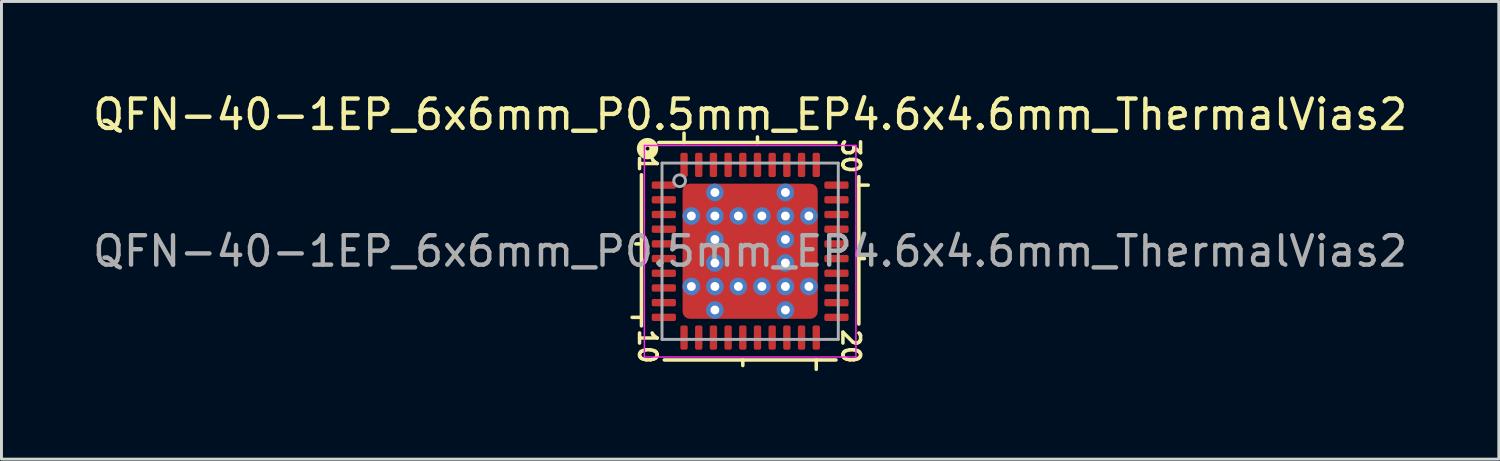
<source format=kicad_pcb>
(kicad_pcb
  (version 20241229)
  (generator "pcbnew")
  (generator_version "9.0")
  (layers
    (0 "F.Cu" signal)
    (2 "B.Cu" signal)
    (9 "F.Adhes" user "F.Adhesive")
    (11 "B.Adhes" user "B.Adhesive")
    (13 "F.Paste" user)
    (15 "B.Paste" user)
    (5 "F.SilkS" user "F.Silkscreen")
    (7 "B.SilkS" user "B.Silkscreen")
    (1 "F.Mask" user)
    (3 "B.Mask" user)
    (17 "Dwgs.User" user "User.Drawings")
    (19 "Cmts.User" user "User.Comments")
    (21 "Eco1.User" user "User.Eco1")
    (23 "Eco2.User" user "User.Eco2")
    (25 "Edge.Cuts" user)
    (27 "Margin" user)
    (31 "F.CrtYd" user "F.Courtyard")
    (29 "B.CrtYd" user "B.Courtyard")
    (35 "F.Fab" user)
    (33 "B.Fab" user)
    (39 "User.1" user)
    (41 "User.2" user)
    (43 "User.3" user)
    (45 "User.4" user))
  (footprint "QFN-40-1EP_6x6mm_P0.5mm_EP4.6x4.6mm_ThermalVias2"
    (layer "F.Cu")
    (at 22.482 5.501)
    (property "Reference" "QFN-40-1EP_6x6mm_P0.5mm_EP4.6x4.6mm_ThermalVias2" (at 0 -4.652 0) (layer "F.SilkS") (effects (font (size 1 1) (thickness 0.15))))
    (attr smd)
    (fp_line (start -4.018 2.25) (end -3.7 2.25) (stroke (width 0.12) (type solid)) (layer "F.SilkS"))
    (fp_line (start -3.7 -2.603) (end -3.7 2.54) (stroke (width 0.12) (type solid)) (layer "F.SilkS"))
    (fp_line (start -3.7 -0.25) (end -3.89 -0.25) (stroke (width 0.12) (type solid)) (layer "F.SilkS"))
    (fp_line (start -2.921 3.7) (end 2.921 3.7) (stroke (width 0.12) (type solid)) (layer "F.SilkS"))
    (fp_line (start -2.25 -3.7) (end -2.25 -4.018) (stroke (width 0.12) (type solid)) (layer "F.SilkS"))
    (fp_line (start -0.25 3.7) (end -0.25 3.89) (stroke (width 0.12) (type solid)) (layer "F.SilkS"))
    (fp_line (start 0.25 -3.7) (end 0.25 -3.89) (stroke (width 0.12) (type solid)) (layer "F.SilkS"))
    (fp_line (start 2.25 3.7) (end 2.25 4.018) (stroke (width 0.12) (type solid)) (layer "F.SilkS"))
    (fp_line (start 2.921 -3.7) (end -3.111 -3.7) (stroke (width 0.12) (type solid)) (layer "F.SilkS"))
    (fp_line (start 3.7 -2.25) (end 4.018 -2.25) (stroke (width 0.12) (type solid)) (layer "F.SilkS"))
    (fp_line (start 3.7 0.25) (end 3.89 0.25) (stroke (width 0.12) (type solid)) (layer "F.SilkS"))
    (fp_line (start 3.7 2.477) (end 3.7 -2.54) (stroke (width 0.12) (type solid)) (layer "F.SilkS"))
    (fp_circle (center -3.493 -3.493) (end -3.429 -3.493) (stroke (width 0.3) (type solid)) (fill no) (layer "F.SilkS"))
    (fp_line (start -3.6 -3.6) (end -3.6 3.6) (stroke (width 0.05) (type solid)) (layer "F.CrtYd"))
    (fp_line (start -3.6 3.6) (end 3.6 3.6) (stroke (width 0.05) (type solid)) (layer "F.CrtYd"))
    (fp_line (start 3.6 -3.6) (end -3.6 -3.6) (stroke (width 0.05) (type solid)) (layer "F.CrtYd"))
    (fp_line (start 3.6 3.6) (end 3.6 -3.6) (stroke (width 0.05) (type solid)) (layer "F.CrtYd"))
    (fp_line (start -3 -3) (end 3 -3) (stroke (width 0.1) (type solid)) (layer "F.Fab"))
    (fp_line (start -3 3) (end -3 -3) (stroke (width 0.1) (type solid)) (layer "F.Fab"))
    (fp_line (start 3 -3) (end 3 3) (stroke (width 0.1) (type solid)) (layer "F.Fab"))
    (fp_line (start 3 3) (end -3 3) (stroke (width 0.1) (type solid)) (layer "F.Fab"))
    (fp_circle (center -2.4 -2.4) (end -2.2 -2.4) (stroke (width 0.1) (type solid)) (fill no) (layer "F.Fab"))
    (fp_text user "20" (at 3.429 3.239 270) (unlocked yes) (layer "F.SilkS") (effects (font (size 0.6 0.6) (thickness 0.12))))
    (fp_text user "30" (at 3.429 -3.239 270) (unlocked yes) (layer "F.SilkS") (effects (font (size 0.6 0.6) (thickness 0.12))))
    (fp_text user "1" (at -3.493 -2.985 270) (unlocked yes) (layer "F.SilkS") (effects (font (size 0.6 0.6) (thickness 0.12))))
    (fp_text user "10" (at -3.493 3.239 270) (unlocked yes) (layer "F.SilkS") (effects (font (size 0.6 0.6) (thickness 0.12))))
    (fp_text user "${REFERENCE}" (at 0 0 0) (layer "F.Fab") (effects (font (size 1 1) (thickness 0.15))))
    (pad "" smd roundrect (at -1.85 -1.85) (size 0.5 0.5) (layers "F.Paste") (roundrect_rratio 0.25))
    (pad "" smd roundrect (at -1.85 -1.85 90) (size 0.7 0.7) (layers "F.Mask") (roundrect_rratio 0.25))
    (pad "" smd roundrect (at -1.85 -0.45) (size 0.5 0.6) (layers "F.Paste") (roundrect_rratio 0.25))
    (pad "" smd roundrect (at -1.85 0) (size 0.7 1.8) (layers "F.Mask") (roundrect_rratio 0.25))
    (pad "" smd roundrect (at -1.85 0.45) (size 0.5 0.6) (layers "F.Paste") (roundrect_rratio 0.25))
    (pad "" smd roundrect (at -1.85 1.85) (size 0.5 0.5) (layers "F.Paste") (roundrect_rratio 0.25))
    (pad "" smd roundrect (at -1.85 1.85 90) (size 0.7 0.7) (layers "F.Mask") (roundrect_rratio 0.25))
    (pad "" smd roundrect (at -0.45 -1.85 90) (size 0.5 0.6) (layers "F.Paste") (roundrect_rratio 0.25))
    (pad "" smd roundrect (at -0.45 -0.45) (size 0.6 0.6) (layers "F.Paste") (roundrect_rratio 0.25))
    (pad "" smd roundrect (at -0.45 0.45) (size 0.6 0.6) (layers "F.Paste") (roundrect_rratio 0.25))
    (pad "" smd roundrect (at -0.45 1.85 90) (size 0.5 0.6) (layers "F.Paste") (roundrect_rratio 0.25))
    (pad "" smd roundrect (at 0 -1.85 90) (size 0.7 1.8) (layers "F.Mask") (roundrect_rratio 0.25))
    (pad "" smd roundrect (at 0 0) (size 1.8 1.8) (layers "F.Mask") (roundrect_rratio 0.139))
    (pad "" smd roundrect (at 0 1.85 90) (size 0.7 1.8) (layers "F.Mask") (roundrect_rratio 0.25))
    (pad "" smd roundrect (at 0.45 -1.85 90) (size 0.5 0.6) (layers "F.Paste") (roundrect_rratio 0.25))
    (pad "" smd roundrect (at 0.45 -0.45) (size 0.6 0.6) (layers "F.Paste") (roundrect_rratio 0.25))
    (pad "" smd roundrect (at 0.45 0.45) (size 0.6 0.6) (layers "F.Paste") (roundrect_rratio 0.25))
    (pad "" smd roundrect (at 0.45 1.85 90) (size 0.5 0.6) (layers "F.Paste") (roundrect_rratio 0.25))
    (pad "" smd roundrect (at 1.85 -1.85) (size 0.5 0.5) (layers "F.Paste") (roundrect_rratio 0.25))
    (pad "" smd roundrect (at 1.85 -1.85 90) (size 0.7 0.7) (layers "F.Mask") (roundrect_rratio 0.25))
    (pad "" smd roundrect (at 1.85 -0.45) (size 0.5 0.6) (layers "F.Paste") (roundrect_rratio 0.25))
    (pad "" smd roundrect (at 1.85 0) (size 0.7 1.8) (layers "F.Mask") (roundrect_rratio 0.25))
    (pad "" smd roundrect (at 1.85 0.45) (size 0.5 0.6) (layers "F.Paste") (roundrect_rratio 0.25))
    (pad "" smd roundrect (at 1.85 1.85) (size 0.5 0.5) (layers "F.Paste") (roundrect_rratio 0.25))
    (pad "" smd roundrect (at 1.85 1.85 90) (size 0.7 0.7) (layers "F.Mask") (roundrect_rratio 0.25))
    (pad "1" smd roundrect (at -2.938 -2.25) (size 0.825 0.25) (layers "F.Cu" "F.Mask" "F.Paste") (roundrect_rratio 0.25))
    (pad "2" smd roundrect (at -2.938 -1.75) (size 0.825 0.25) (layers "F.Cu" "F.Mask" "F.Paste") (roundrect_rratio 0.25))
    (pad "3" smd roundrect (at -2.938 -1.25) (size 0.825 0.25) (layers "F.Cu" "F.Mask" "F.Paste") (roundrect_rratio 0.25))
    (pad "4" smd roundrect (at -2.938 -0.75) (size 0.825 0.25) (layers "F.Cu" "F.Mask" "F.Paste") (roundrect_rratio 0.25))
    (pad "5" smd roundrect (at -2.938 -0.25) (size 0.825 0.25) (layers "F.Cu" "F.Mask" "F.Paste") (roundrect_rratio 0.25))
    (pad "6" smd roundrect (at -2.938 0.25) (size 0.825 0.25) (layers "F.Cu" "F.Mask" "F.Paste") (roundrect_rratio 0.25))
    (pad "7" smd roundrect (at -2.938 0.75) (size 0.825 0.25) (layers "F.Cu" "F.Mask" "F.Paste") (roundrect_rratio 0.25))
    (pad "8" smd roundrect (at -2.938 1.25) (size 0.825 0.25) (layers "F.Cu" "F.Mask" "F.Paste") (roundrect_rratio 0.25))
    (pad "9" smd roundrect (at -2.938 1.75) (size 0.825 0.25) (layers "F.Cu" "F.Mask" "F.Paste") (roundrect_rratio 0.25))
    (pad "10" smd roundrect (at -2.938 2.25) (size 0.825 0.25) (layers "F.Cu" "F.Mask" "F.Paste") (roundrect_rratio 0.25))
    (pad "11" smd roundrect (at -2.25 2.938) (size 0.25 0.825) (layers "F.Cu" "F.Mask" "F.Paste") (roundrect_rratio 0.25))
    (pad "12" smd roundrect (at -1.75 2.938) (size 0.25 0.825) (layers "F.Cu" "F.Mask" "F.Paste") (roundrect_rratio 0.25))
    (pad "13" smd roundrect (at -1.25 2.938) (size 0.25 0.825) (layers "F.Cu" "F.Mask" "F.Paste") (roundrect_rratio 0.25))
    (pad "14" smd roundrect (at -0.75 2.938) (size 0.25 0.825) (layers "F.Cu" "F.Mask" "F.Paste") (roundrect_rratio 0.25))
    (pad "15" smd roundrect (at -0.25 2.938) (size 0.25 0.825) (layers "F.Cu" "F.Mask" "F.Paste") (roundrect_rratio 0.25))
    (pad "16" smd roundrect (at 0.25 2.938) (size 0.25 0.825) (layers "F.Cu" "F.Mask" "F.Paste") (roundrect_rratio 0.25))
    (pad "17" smd roundrect (at 0.75 2.938) (size 0.25 0.825) (layers "F.Cu" "F.Mask" "F.Paste") (roundrect_rratio 0.25))
    (pad "18" smd roundrect (at 1.25 2.938) (size 0.25 0.825) (layers "F.Cu" "F.Mask" "F.Paste") (roundrect_rratio 0.25))
    (pad "19" smd roundrect (at 1.75 2.938) (size 0.25 0.825) (layers "F.Cu" "F.Mask" "F.Paste") (roundrect_rratio 0.25))
    (pad "20" smd roundrect (at 2.25 2.938) (size 0.25 0.825) (layers "F.Cu" "F.Mask" "F.Paste") (roundrect_rratio 0.25))
    (pad "21" smd roundrect (at 2.938 2.25) (size 0.825 0.25) (layers "F.Cu" "F.Mask" "F.Paste") (roundrect_rratio 0.25))
    (pad "22" smd roundrect (at 2.938 1.75) (size 0.825 0.25) (layers "F.Cu" "F.Mask" "F.Paste") (roundrect_rratio 0.25))
    (pad "23" smd roundrect (at 2.938 1.25) (size 0.825 0.25) (layers "F.Cu" "F.Mask" "F.Paste") (roundrect_rratio 0.25))
    (pad "24" smd roundrect (at 2.938 0.75) (size 0.825 0.25) (layers "F.Cu" "F.Mask" "F.Paste") (roundrect_rratio 0.25))
    (pad "25" smd roundrect (at 2.938 0.25) (size 0.825 0.25) (layers "F.Cu" "F.Mask" "F.Paste") (roundrect_rratio 0.25))
    (pad "26" smd roundrect (at 2.938 -0.25) (size 0.825 0.25) (layers "F.Cu" "F.Mask" "F.Paste") (roundrect_rratio 0.25))
    (pad "27" smd roundrect (at 2.938 -0.75) (size 0.825 0.25) (layers "F.Cu" "F.Mask" "F.Paste") (roundrect_rratio 0.25))
    (pad "28" smd roundrect (at 2.938 -1.25) (size 0.825 0.25) (layers "F.Cu" "F.Mask" "F.Paste") (roundrect_rratio 0.25))
    (pad "29" smd roundrect (at 2.938 -1.75) (size 0.825 0.25) (layers "F.Cu" "F.Mask" "F.Paste") (roundrect_rratio 0.25))
    (pad "30" smd roundrect (at 2.938 -2.25) (size 0.825 0.25) (layers "F.Cu" "F.Mask" "F.Paste") (roundrect_rratio 0.25))
    (pad "31" smd roundrect (at 2.25 -2.938) (size 0.25 0.825) (layers "F.Cu" "F.Mask" "F.Paste") (roundrect_rratio 0.25))
    (pad "32" smd roundrect (at 1.75 -2.938) (size 0.25 0.825) (layers "F.Cu" "F.Mask" "F.Paste") (roundrect_rratio 0.25))
    (pad "33" smd roundrect (at 1.25 -2.938) (size 0.25 0.825) (layers "F.Cu" "F.Mask" "F.Paste") (roundrect_rratio 0.25))
    (pad "34" smd roundrect (at 0.75 -2.938) (size 0.25 0.825) (layers "F.Cu" "F.Mask" "F.Paste") (roundrect_rratio 0.25))
    (pad "35" smd roundrect (at 0.25 -2.938) (size 0.25 0.825) (layers "F.Cu" "F.Mask" "F.Paste") (roundrect_rratio 0.25))
    (pad "36" smd roundrect (at -0.25 -2.938) (size 0.25 0.825) (layers "F.Cu" "F.Mask" "F.Paste") (roundrect_rratio 0.25))
    (pad "37" smd roundrect (at -0.75 -2.938) (size 0.25 0.825) (layers "F.Cu" "F.Mask" "F.Paste") (roundrect_rratio 0.25))
    (pad "38" smd roundrect (at -1.25 -2.938) (size 0.25 0.825) (layers "F.Cu" "F.Mask" "F.Paste") (roundrect_rratio 0.25))
    (pad "39" smd roundrect (at -1.75 -2.938) (size 0.25 0.825) (layers "F.Cu" "F.Mask" "F.Paste") (roundrect_rratio 0.25))
    (pad "40" smd roundrect (at -2.25 -2.938) (size 0.25 0.825) (layers "F.Cu" "F.Mask" "F.Paste") (roundrect_rratio 0.25))
    (pad "41" thru_hole circle (at -2 -1.2) (size 0.6 0.6) (drill 0.3) (property pad_prop_heatsink) (layers "*.Cu" "*.Mask"))
    (pad "41" thru_hole circle (at -2 1.2) (size 0.6 0.6) (drill 0.3) (property pad_prop_heatsink) (layers "*.Cu" "*.Mask"))
    (pad "41" thru_hole circle (at -1.2 -2) (size 0.6 0.6) (drill 0.3) (property pad_prop_heatsink) (layers "*.Cu" "*.Mask"))
    (pad "41" thru_hole circle (at -1.2 -1.2) (size 0.6 0.6) (drill 0.3) (property pad_prop_heatsink) (layers "*.Cu" "*.Mask"))
    (pad "41" thru_hole circle (at -1.2 -0.4) (size 0.6 0.6) (drill 0.3) (property pad_prop_heatsink) (layers "*.Cu" "*.Mask"))
    (pad "41" thru_hole circle (at -1.2 0.4) (size 0.6 0.6) (drill 0.3) (property pad_prop_heatsink) (layers "*.Cu" "*.Mask"))
    (pad "41" thru_hole circle (at -1.2 1.2) (size 0.6 0.6) (drill 0.3) (property pad_prop_heatsink) (layers "*.Cu" "*.Mask"))
    (pad "41" thru_hole circle (at -1.2 2) (size 0.6 0.6) (drill 0.3) (property pad_prop_heatsink) (layers "*.Cu" "*.Mask"))
    (pad "41" thru_hole circle (at -0.4 -1.2) (size 0.6 0.6) (drill 0.3) (property pad_prop_heatsink) (layers "*.Cu" "*.Mask"))
    (pad "41" thru_hole circle (at -0.4 1.2) (size 0.6 0.6) (drill 0.3) (property pad_prop_heatsink) (layers "*.Cu" "*.Mask"))
    (pad "41" smd roundrect (at 0 0) (size 4.6 4.6) (layers "F.Cu") (roundrect_rratio 0.054))
    (pad "41" thru_hole circle (at 0.4 -1.2) (size 0.6 0.6) (drill 0.3) (property pad_prop_heatsink) (layers "*.Cu" "*.Mask"))
    (pad "41" thru_hole circle (at 0.4 1.2) (size 0.6 0.6) (drill 0.3) (property pad_prop_heatsink) (layers "*.Cu" "*.Mask"))
    (pad "41" thru_hole circle (at 1.2 -2) (size 0.6 0.6) (drill 0.3) (property pad_prop_heatsink) (layers "*.Cu" "*.Mask"))
    (pad "41" thru_hole circle (at 1.2 -1.2) (size 0.6 0.6) (drill 0.3) (property pad_prop_heatsink) (layers "*.Cu" "*.Mask"))
    (pad "41" thru_hole circle (at 1.2 -0.4) (size 0.6 0.6) (drill 0.3) (property pad_prop_heatsink) (layers "*.Cu" "*.Mask"))
    (pad "41" thru_hole circle (at 1.2 0.4) (size 0.6 0.6) (drill 0.3) (property pad_prop_heatsink) (layers "*.Cu" "*.Mask"))
    (pad "41" thru_hole circle (at 1.2 1.2) (size 0.6 0.6) (drill 0.3) (property pad_prop_heatsink) (layers "*.Cu" "*.Mask"))
    (pad "41" thru_hole circle (at 1.2 2) (size 0.6 0.6) (drill 0.3) (property pad_prop_heatsink) (layers "*.Cu" "*.Mask"))
    (pad "41" thru_hole circle (at 2 -1.2) (size 0.6 0.6) (drill 0.3) (property pad_prop_heatsink) (layers "*.Cu" "*.Mask"))
    (pad "41" thru_hole circle (at 2 1.2) (size 0.6 0.6) (drill 0.3) (property pad_prop_heatsink) (layers "*.Cu" "*.Mask")))
  (gr_rect
    (start -3 -3)
    (end 47.964 12.578)
    (stroke (width 0.1) (type default))
    (fill no)
    (layer "Edge.Cuts")))
</source>
